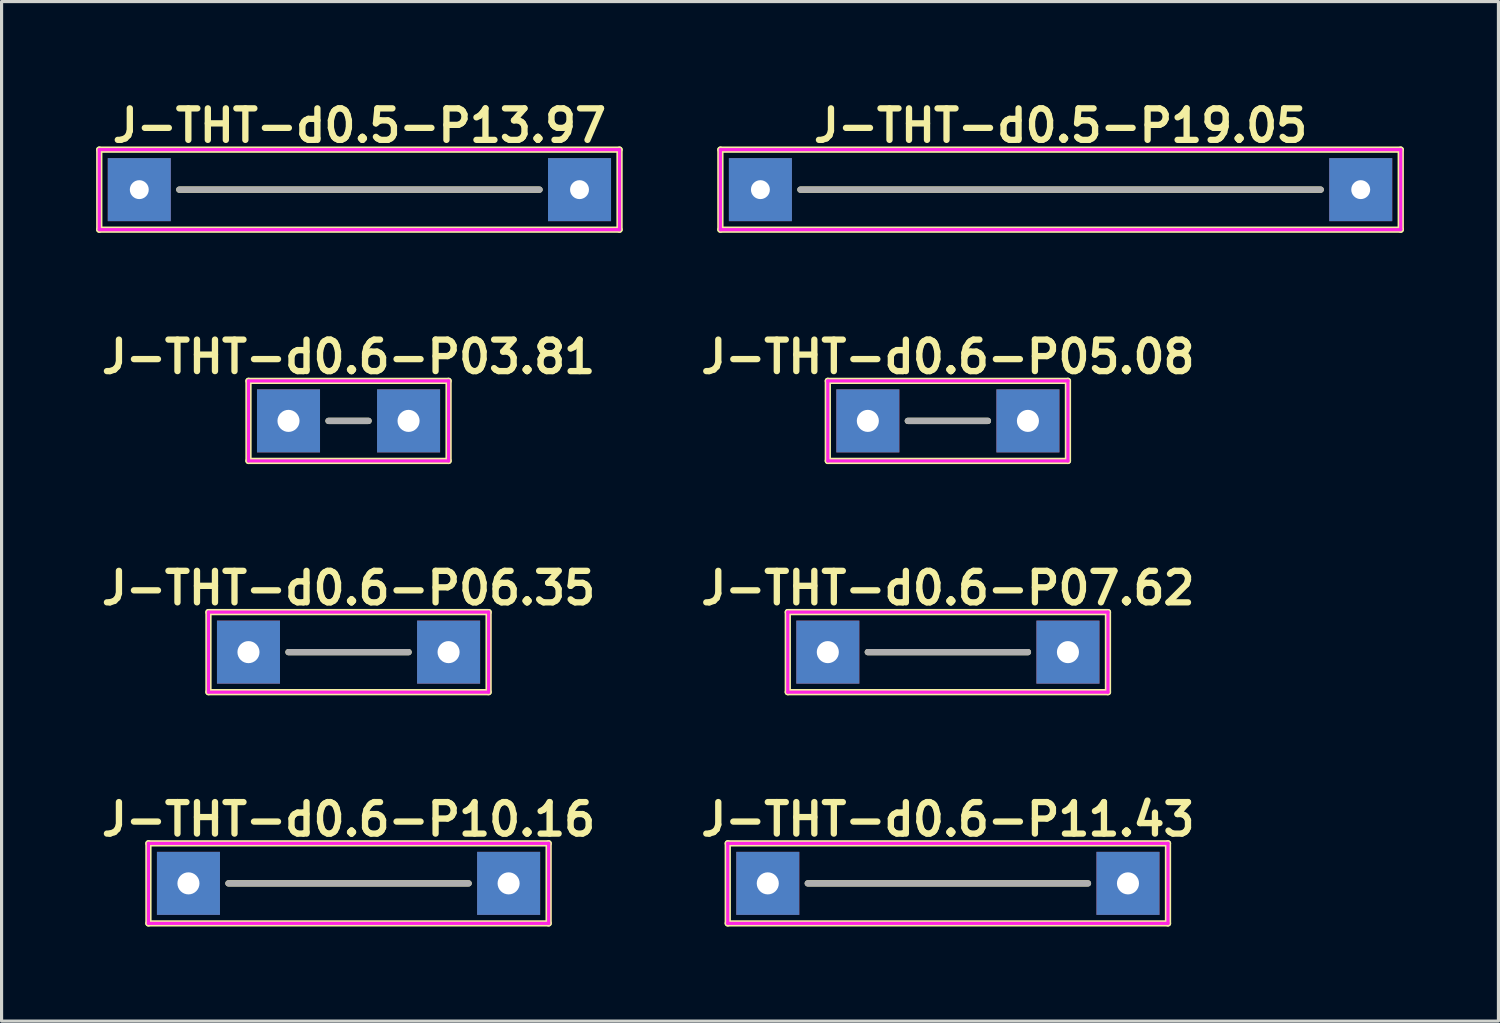
<source format=kicad_pcb>
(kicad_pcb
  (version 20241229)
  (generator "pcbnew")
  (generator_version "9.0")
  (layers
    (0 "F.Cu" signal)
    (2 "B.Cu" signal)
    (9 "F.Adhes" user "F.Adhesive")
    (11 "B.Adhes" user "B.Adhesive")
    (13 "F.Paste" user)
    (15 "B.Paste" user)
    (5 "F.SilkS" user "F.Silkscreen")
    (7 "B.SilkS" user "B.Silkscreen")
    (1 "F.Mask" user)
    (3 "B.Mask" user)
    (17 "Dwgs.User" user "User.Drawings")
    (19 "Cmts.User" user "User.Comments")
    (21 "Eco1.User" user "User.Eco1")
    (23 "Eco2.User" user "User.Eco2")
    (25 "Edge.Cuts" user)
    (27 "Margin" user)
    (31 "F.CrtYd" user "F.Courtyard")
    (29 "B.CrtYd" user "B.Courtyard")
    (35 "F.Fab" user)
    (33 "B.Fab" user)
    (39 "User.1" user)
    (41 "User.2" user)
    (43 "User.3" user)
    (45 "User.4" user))
  (footprint "J-THT-d0.5-P19.05"
    (layer "F.Cu")
    (at 30.605 2.968)
    (property "Reference" "J-THT-d0.5-P19.05" (at 0 -2.032 0) (layer "F.SilkS") (effects (font (size 1 1) (thickness 0.2))))
    (attr through_hole)
    (fp_line (start -10.795 -1.27) (end -10.795 1.27) (stroke (width 0.2) (type solid)) (layer "F.SilkS"))
    (fp_line (start -10.795 -1.27) (end 10.795 -1.27) (stroke (width 0.2) (type solid)) (layer "F.SilkS"))
    (fp_line (start -10.795 1.27) (end 10.795 1.27) (stroke (width 0.2) (type solid)) (layer "F.SilkS"))
    (fp_line (start -8.255 0) (end 8.255 0) (stroke (width 0.2) (type solid)) (layer "F.SilkS"))
    (fp_line (start 10.795 -1.27) (end 10.795 1.27) (stroke (width 0.2) (type solid)) (layer "F.SilkS"))
    (fp_line (start -10.795 -1.27) (end 10.795 -1.27) (stroke (width 0.1) (type solid)) (layer "F.CrtYd"))
    (fp_line (start -10.795 1.27) (end -10.795 -1.27) (stroke (width 0.1) (type solid)) (layer "F.CrtYd"))
    (fp_line (start 10.795 -1.27) (end 10.795 1.27) (stroke (width 0.1) (type solid)) (layer "F.CrtYd"))
    (fp_line (start 10.795 1.27) (end -10.795 1.27) (stroke (width 0.1) (type solid)) (layer "F.CrtYd"))
    (fp_line (start -8.255 0) (end 8.255 0) (stroke (width 0.2) (type solid)) (layer "F.Fab"))
    (pad "J" thru_hole rect (at -9.525 0) (size 2 2) (drill 0.6) (layers "*.Cu" "*.Mask"))
    (pad "J" thru_hole rect (at 9.525 0) (size 2 2) (drill 0.6) (layers "*.Cu" "*.Mask")))
  (footprint "J-THT-d0.5-P13.97"
    (layer "F.Cu")
    (at 8.355 2.968)
    (property "Reference" "J-THT-d0.5-P13.97" (at 0 -2.032 0) (layer "F.SilkS") (effects (font (size 1 1) (thickness 0.2))))
    (attr through_hole)
    (fp_line (start -8.255 -1.27) (end -8.255 1.27) (stroke (width 0.2) (type solid)) (layer "F.SilkS"))
    (fp_line (start -8.255 -1.27) (end 8.255 -1.27) (stroke (width 0.2) (type solid)) (layer "F.SilkS"))
    (fp_line (start -8.255 1.27) (end 8.255 1.27) (stroke (width 0.2) (type solid)) (layer "F.SilkS"))
    (fp_line (start -5.715 0) (end 5.715 0) (stroke (width 0.2) (type solid)) (layer "F.SilkS"))
    (fp_line (start 8.255 -1.27) (end 8.255 1.27) (stroke (width 0.2) (type solid)) (layer "F.SilkS"))
    (fp_line (start -8.255 -1.27) (end 8.255 -1.27) (stroke (width 0.1) (type solid)) (layer "F.CrtYd"))
    (fp_line (start -8.255 1.27) (end -8.255 -1.27) (stroke (width 0.1) (type solid)) (layer "F.CrtYd"))
    (fp_line (start 8.255 -1.27) (end 8.255 1.27) (stroke (width 0.1) (type solid)) (layer "F.CrtYd"))
    (fp_line (start 8.255 1.27) (end -8.255 1.27) (stroke (width 0.1) (type solid)) (layer "F.CrtYd"))
    (fp_line (start -5.715 0) (end 5.715 0) (stroke (width 0.2) (type solid)) (layer "F.Fab"))
    (pad "J" thru_hole rect (at -6.985 0) (size 2 2) (drill 0.6) (layers "*.Cu" "*.Mask"))
    (pad "J" thru_hole rect (at 6.985 0) (size 2 2) (drill 0.6) (layers "*.Cu" "*.Mask")))
  (footprint "J-THT-d0.6-P10.16"
    (layer "F.Cu")
    (at 8.01 24.982)
    (property "Reference" "J-THT-d0.6-P10.16" (at 0 -2.032 0) (layer "F.SilkS") (effects (font (size 1 1) (thickness 0.2))))
    (attr through_hole)
    (fp_line (start -6.35 -1.27) (end -6.35 1.27) (stroke (width 0.2) (type solid)) (layer "F.SilkS"))
    (fp_line (start -6.35 -1.27) (end 6.35 -1.27) (stroke (width 0.2) (type solid)) (layer "F.SilkS"))
    (fp_line (start -6.35 1.27) (end 6.35 1.27) (stroke (width 0.2) (type solid)) (layer "F.SilkS"))
    (fp_line (start -3.81 0) (end 3.81 0) (stroke (width 0.2) (type solid)) (layer "F.SilkS"))
    (fp_line (start 6.35 -1.27) (end 6.35 1.27) (stroke (width 0.2) (type solid)) (layer "F.SilkS"))
    (fp_line (start -6.35 -1.27) (end 6.35 -1.27) (stroke (width 0.1) (type solid)) (layer "F.CrtYd"))
    (fp_line (start -6.35 1.27) (end -6.35 -1.27) (stroke (width 0.1) (type solid)) (layer "F.CrtYd"))
    (fp_line (start 6.35 -1.27) (end 6.35 1.27) (stroke (width 0.1) (type solid)) (layer "F.CrtYd"))
    (fp_line (start 6.35 1.27) (end -6.35 1.27) (stroke (width 0.1) (type solid)) (layer "F.CrtYd"))
    (fp_line (start -3.81 0) (end 3.81 0) (stroke (width 0.2) (type solid)) (layer "F.Fab"))
    (pad "J" thru_hole rect (at -5.08 0) (size 2 2) (drill 0.7) (layers "*.Cu" "*.Mask"))
    (pad "J" thru_hole rect (at 5.08 0) (size 2 2) (drill 0.7) (layers "*.Cu" "*.Mask")))
  (footprint "J-THT-d0.6-P05.08"
    (layer "F.Cu")
    (at 27.029 10.306)
    (property "Reference" "J-THT-d0.6-P05.08" (at 0 -2.032 0) (layer "F.SilkS") (effects (font (size 1 1) (thickness 0.2))))
    (attr through_hole)
    (fp_line (start -3.81 -1.27) (end -3.81 1.27) (stroke (width 0.2) (type solid)) (layer "F.SilkS"))
    (fp_line (start -3.81 -1.27) (end 3.81 -1.27) (stroke (width 0.2) (type solid)) (layer "F.SilkS"))
    (fp_line (start -3.81 1.27) (end 3.81 1.27) (stroke (width 0.2) (type solid)) (layer "F.SilkS"))
    (fp_line (start -1.27 0) (end 1.27 0) (stroke (width 0.2) (type solid)) (layer "F.SilkS"))
    (fp_line (start 3.81 -1.27) (end 3.81 1.27) (stroke (width 0.2) (type solid)) (layer "F.SilkS"))
    (fp_line (start -3.81 -1.27) (end 3.81 -1.27) (stroke (width 0.1) (type solid)) (layer "F.CrtYd"))
    (fp_line (start -3.81 1.27) (end -3.81 -1.27) (stroke (width 0.1) (type solid)) (layer "F.CrtYd"))
    (fp_line (start 3.81 -1.27) (end 3.81 1.27) (stroke (width 0.1) (type solid)) (layer "F.CrtYd"))
    (fp_line (start 3.81 1.27) (end -3.81 1.27) (stroke (width 0.1) (type solid)) (layer "F.CrtYd"))
    (fp_line (start -1.27 0) (end 1.27 0) (stroke (width 0.2) (type solid)) (layer "F.Fab"))
    (pad "J" thru_hole rect (at -2.54 0) (size 2 2) (drill 0.7) (layers "*.Cu" "*.Mask"))
    (pad "J" thru_hole rect (at 2.54 0) (size 2 2) (drill 0.7) (layers "*.Cu" "*.Mask")))
  (footprint "J-THT-d0.6-P11.43"
    (layer "F.Cu")
    (at 27.029 24.982)
    (property "Reference" "J-THT-d0.6-P11.43" (at 0 -2.032 0) (layer "F.SilkS") (effects (font (size 1 1) (thickness 0.2))))
    (attr through_hole)
    (fp_line (start -6.985 -1.27) (end -6.985 1.27) (stroke (width 0.2) (type solid)) (layer "F.SilkS"))
    (fp_line (start -6.985 -1.27) (end 6.985 -1.27) (stroke (width 0.2) (type solid)) (layer "F.SilkS"))
    (fp_line (start -6.985 1.27) (end 6.985 1.27) (stroke (width 0.2) (type solid)) (layer "F.SilkS"))
    (fp_line (start -4.445 0) (end 4.445 0) (stroke (width 0.2) (type solid)) (layer "F.SilkS"))
    (fp_line (start 6.985 -1.27) (end 6.985 1.27) (stroke (width 0.2) (type solid)) (layer "F.SilkS"))
    (fp_line (start -6.985 -1.27) (end 6.985 -1.27) (stroke (width 0.1) (type solid)) (layer "F.CrtYd"))
    (fp_line (start -6.985 1.27) (end -6.985 -1.27) (stroke (width 0.1) (type solid)) (layer "F.CrtYd"))
    (fp_line (start 6.985 -1.27) (end 6.985 1.27) (stroke (width 0.1) (type solid)) (layer "F.CrtYd"))
    (fp_line (start 6.985 1.27) (end -6.985 1.27) (stroke (width 0.1) (type solid)) (layer "F.CrtYd"))
    (fp_line (start -4.445 0) (end 4.445 0) (stroke (width 0.2) (type solid)) (layer "F.Fab"))
    (pad "J" thru_hole rect (at -5.715 0) (size 2 2) (drill 0.7) (layers "*.Cu" "*.Mask"))
    (pad "J" thru_hole rect (at 5.715 0) (size 2 2) (drill 0.7) (layers "*.Cu" "*.Mask")))
  (footprint "J-THT-d0.6-P06.35"
    (layer "F.Cu")
    (at 8.01 17.644)
    (property "Reference" "J-THT-d0.6-P06.35" (at 0 -2.032 0) (layer "F.SilkS") (effects (font (size 1 1) (thickness 0.2))))
    (attr through_hole)
    (fp_line (start -4.445 -1.27) (end -4.445 1.27) (stroke (width 0.2) (type solid)) (layer "F.SilkS"))
    (fp_line (start -4.445 -1.27) (end 4.445 -1.27) (stroke (width 0.2) (type solid)) (layer "F.SilkS"))
    (fp_line (start -4.445 1.27) (end 4.445 1.27) (stroke (width 0.2) (type solid)) (layer "F.SilkS"))
    (fp_line (start -1.905 0) (end 1.905 0) (stroke (width 0.2) (type solid)) (layer "F.SilkS"))
    (fp_line (start 4.445 -1.27) (end 4.445 1.27) (stroke (width 0.2) (type solid)) (layer "F.SilkS"))
    (fp_line (start -4.445 -1.27) (end 4.445 -1.27) (stroke (width 0.1) (type solid)) (layer "F.CrtYd"))
    (fp_line (start -4.445 1.27) (end -4.445 -1.27) (stroke (width 0.1) (type solid)) (layer "F.CrtYd"))
    (fp_line (start 4.445 -1.27) (end 4.445 1.27) (stroke (width 0.1) (type solid)) (layer "F.CrtYd"))
    (fp_line (start 4.445 1.27) (end -4.445 1.27) (stroke (width 0.1) (type solid)) (layer "F.CrtYd"))
    (fp_line (start -1.905 0) (end 1.905 0) (stroke (width 0.2) (type solid)) (layer "F.Fab"))
    (pad "J" thru_hole rect (at -3.175 0) (size 2 2) (drill 0.7) (layers "*.Cu" "*.Mask"))
    (pad "J" thru_hole rect (at 3.175 0) (size 2 2) (drill 0.7) (layers "*.Cu" "*.Mask")))
  (footprint "J-THT-d0.6-P03.81"
    (layer "F.Cu")
    (at 8.01 10.306)
    (property "Reference" "J-THT-d0.6-P03.81" (at 0 -2.032 0) (layer "F.SilkS") (effects (font (size 1 1) (thickness 0.2))))
    (attr through_hole)
    (fp_line (start -3.175 -1.27) (end -3.175 1.27) (stroke (width 0.2) (type solid)) (layer "F.SilkS"))
    (fp_line (start -3.175 -1.27) (end 3.175 -1.27) (stroke (width 0.2) (type solid)) (layer "F.SilkS"))
    (fp_line (start -3.175 1.27) (end 3.175 1.27) (stroke (width 0.2) (type solid)) (layer "F.SilkS"))
    (fp_line (start -0.635 0) (end 0.635 0) (stroke (width 0.2) (type solid)) (layer "F.SilkS"))
    (fp_line (start 3.175 -1.27) (end 3.175 1.27) (stroke (width 0.2) (type solid)) (layer "F.SilkS"))
    (fp_line (start -3.175 -1.27) (end 3.175 -1.27) (stroke (width 0.1) (type solid)) (layer "F.CrtYd"))
    (fp_line (start -3.175 1.27) (end -3.175 -1.27) (stroke (width 0.1) (type solid)) (layer "F.CrtYd"))
    (fp_line (start 3.175 -1.27) (end 3.175 1.27) (stroke (width 0.1) (type solid)) (layer "F.CrtYd"))
    (fp_line (start 3.175 1.27) (end -3.175 1.27) (stroke (width 0.1) (type solid)) (layer "F.CrtYd"))
    (fp_line (start -0.635 0) (end 0.635 0) (stroke (width 0.2) (type solid)) (layer "F.Fab"))
    (pad "J" thru_hole rect (at -1.905 0) (size 2 2) (drill 0.7) (layers "*.Cu" "*.Mask"))
    (pad "J" thru_hole rect (at 1.905 0) (size 2 2) (drill 0.7) (layers "*.Cu" "*.Mask")))
  (footprint "J-THT-d0.6-P07.62"
    (layer "F.Cu")
    (at 27.029 17.644)
    (property "Reference" "J-THT-d0.6-P07.62" (at 0 -2.032 0) (layer "F.SilkS") (effects (font (size 1 1) (thickness 0.2))))
    (attr through_hole)
    (fp_line (start -5.08 -1.27) (end -5.08 1.27) (stroke (width 0.2) (type solid)) (layer "F.SilkS"))
    (fp_line (start -5.08 -1.27) (end 5.08 -1.27) (stroke (width 0.2) (type solid)) (layer "F.SilkS"))
    (fp_line (start -5.08 1.27) (end 5.08 1.27) (stroke (width 0.2) (type solid)) (layer "F.SilkS"))
    (fp_line (start -2.54 0) (end 2.54 0) (stroke (width 0.2) (type solid)) (layer "F.SilkS"))
    (fp_line (start 5.08 -1.27) (end 5.08 1.27) (stroke (width 0.2) (type solid)) (layer "F.SilkS"))
    (fp_line (start -5.08 -1.27) (end 5.08 -1.27) (stroke (width 0.1) (type solid)) (layer "F.CrtYd"))
    (fp_line (start -5.08 1.27) (end -5.08 -1.27) (stroke (width 0.1) (type solid)) (layer "F.CrtYd"))
    (fp_line (start 5.08 -1.27) (end 5.08 1.27) (stroke (width 0.1) (type solid)) (layer "F.CrtYd"))
    (fp_line (start 5.08 1.27) (end -5.08 1.27) (stroke (width 0.1) (type solid)) (layer "F.CrtYd"))
    (fp_line (start -2.54 0) (end 2.54 0) (stroke (width 0.2) (type solid)) (layer "F.Fab"))
    (pad "J" thru_hole rect (at -3.81 0) (size 2 2) (drill 0.7) (layers "*.Cu" "*.Mask"))
    (pad "J" thru_hole rect (at 3.81 0) (size 2 2) (drill 0.7) (layers "*.Cu" "*.Mask")))
  (gr_rect
    (start -3 -3)
    (end 44.5 29.352)
    (stroke (width 0.1) (type default))
    (fill no)
    (layer "Edge.Cuts")))
</source>
